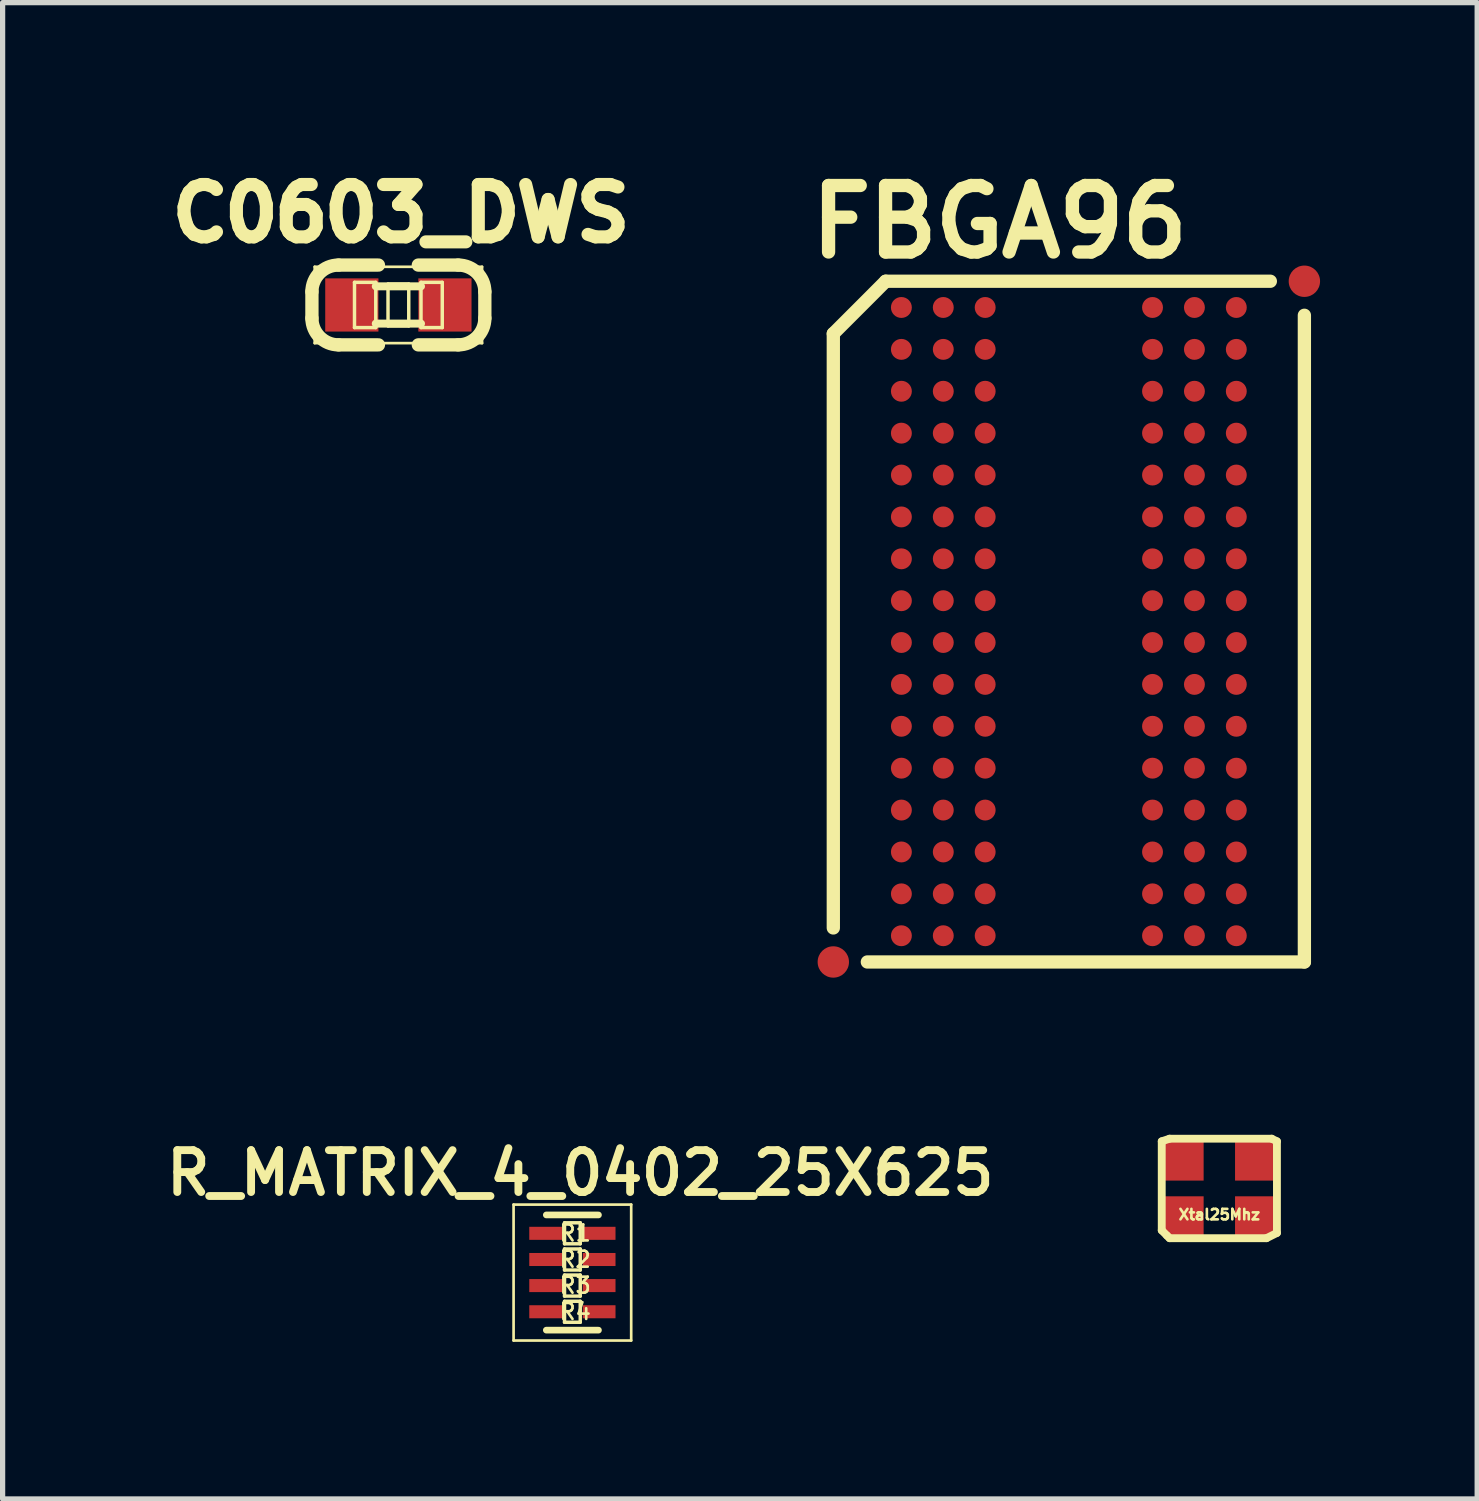
<source format=kicad_pcb>
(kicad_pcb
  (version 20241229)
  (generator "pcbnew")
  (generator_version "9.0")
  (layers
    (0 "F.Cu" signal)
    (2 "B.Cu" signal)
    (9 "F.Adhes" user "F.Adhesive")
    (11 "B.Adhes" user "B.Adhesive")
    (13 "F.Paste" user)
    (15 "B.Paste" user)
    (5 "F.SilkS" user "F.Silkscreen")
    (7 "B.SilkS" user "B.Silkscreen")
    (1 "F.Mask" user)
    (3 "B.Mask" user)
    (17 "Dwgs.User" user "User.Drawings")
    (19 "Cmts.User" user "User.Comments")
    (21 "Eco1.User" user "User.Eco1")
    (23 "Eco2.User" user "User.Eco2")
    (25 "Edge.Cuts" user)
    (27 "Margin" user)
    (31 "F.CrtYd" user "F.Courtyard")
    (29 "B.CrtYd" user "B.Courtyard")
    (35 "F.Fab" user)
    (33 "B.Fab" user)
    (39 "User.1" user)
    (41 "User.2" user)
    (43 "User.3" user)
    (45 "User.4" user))
  (footprint "R_MATRIX_4_0402_25X625"
    (layer "F.Cu")
    (at 7.881 21.252)
    (property "Reference" "R_MATRIX_4_0402_25X625" (at 0.15 -1.9 0) (layer "F.SilkS") (effects (font (size 0.8 0.8) (thickness 0.15))))
    (attr smd)
    (fp_line (start -1.123 -1.298) (end 1.123 -1.298) (stroke (width 0.051) (type solid)) (layer "F.SilkS"))
    (fp_line (start -1.123 1.298) (end -1.123 -1.298) (stroke (width 0.051) (type solid)) (layer "F.SilkS"))
    (fp_line (start -0.498 1.1) (end 0.498 1.1) (stroke (width 0.127) (type solid)) (layer "F.SilkS"))
    (fp_line (start -0.15 -0.95) (end 0.15 -0.95) (stroke (width 0.066) (type solid)) (layer "F.SilkS"))
    (fp_line (start -0.15 -0.549) (end -0.15 -0.95) (stroke (width 0.066) (type solid)) (layer "F.SilkS"))
    (fp_line (start -0.15 -0.549) (end 0.15 -0.549) (stroke (width 0.066) (type solid)) (layer "F.SilkS"))
    (fp_line (start -0.15 -0.45) (end 0.15 -0.45) (stroke (width 0.066) (type solid)) (layer "F.SilkS"))
    (fp_line (start -0.15 -0.048) (end -0.15 -0.45) (stroke (width 0.066) (type solid)) (layer "F.SilkS"))
    (fp_line (start -0.15 -0.048) (end 0.15 -0.048) (stroke (width 0.066) (type solid)) (layer "F.SilkS"))
    (fp_line (start -0.15 0.048) (end 0.15 0.048) (stroke (width 0.066) (type solid)) (layer "F.SilkS"))
    (fp_line (start -0.15 0.45) (end -0.15 0.048) (stroke (width 0.066) (type solid)) (layer "F.SilkS"))
    (fp_line (start -0.15 0.45) (end 0.15 0.45) (stroke (width 0.066) (type solid)) (layer "F.SilkS"))
    (fp_line (start -0.15 0.549) (end 0.15 0.549) (stroke (width 0.066) (type solid)) (layer "F.SilkS"))
    (fp_line (start -0.15 0.95) (end -0.15 0.549) (stroke (width 0.066) (type solid)) (layer "F.SilkS"))
    (fp_line (start -0.15 0.95) (end 0.15 0.95) (stroke (width 0.066) (type solid)) (layer "F.SilkS"))
    (fp_line (start 0.15 -0.549) (end 0.15 -0.95) (stroke (width 0.066) (type solid)) (layer "F.SilkS"))
    (fp_line (start 0.15 -0.048) (end 0.15 -0.45) (stroke (width 0.066) (type solid)) (layer "F.SilkS"))
    (fp_line (start 0.15 0.45) (end 0.15 0.048) (stroke (width 0.066) (type solid)) (layer "F.SilkS"))
    (fp_line (start 0.15 0.95) (end 0.15 0.549) (stroke (width 0.066) (type solid)) (layer "F.SilkS"))
    (fp_line (start 0.498 -1.1) (end -0.498 -1.1) (stroke (width 0.127) (type solid)) (layer "F.SilkS"))
    (fp_line (start 1.123 -1.298) (end 1.123 1.298) (stroke (width 0.051) (type solid)) (layer "F.SilkS"))
    (fp_line (start 1.123 1.298) (end -1.123 1.298) (stroke (width 0.051) (type solid)) (layer "F.SilkS"))
    (fp_text user "R2" (at 0.053 -0.251 0) (layer "F.SilkS") (effects (font (size 0.305 0.305) (thickness 0.051))))
    (fp_text user "R1" (at 0.053 -0.752 0) (layer "F.SilkS") (effects (font (size 0.305 0.305) (thickness 0.051))))
    (fp_text user "R4" (at 0.053 0.747 0) (layer "F.SilkS") (effects (font (size 0.305 0.305) (thickness 0.051))))
    (fp_text user "R3" (at 0.053 0.246 0) (layer "F.SilkS") (effects (font (size 0.305 0.305) (thickness 0.051))))
    (pad "1.1" smd rect (at -0.511 -0.749) (size 0.625 0.249) (layers "F.Cu" "F.Mask" "F.Paste"))
    (pad "1.2" smd rect (at 0.511 -0.749) (size 0.625 0.249) (layers "F.Cu" "F.Mask" "F.Paste"))
    (pad "2.1" smd rect (at -0.511 -0.249) (size 0.625 0.249) (layers "F.Cu" "F.Mask" "F.Paste"))
    (pad "2.2" smd rect (at 0.511 -0.249) (size 0.625 0.249) (layers "F.Cu" "F.Mask" "F.Paste"))
    (pad "3.1" smd rect (at -0.511 0.249 180) (size 0.625 0.249) (layers "F.Cu" "F.Mask" "F.Paste"))
    (pad "3.2" smd rect (at 0.511 0.249 180) (size 0.625 0.249) (layers "F.Cu" "F.Mask" "F.Paste"))
    (pad "4.1" smd rect (at -0.511 0.749 180) (size 0.625 0.249) (layers "F.Cu" "F.Mask" "F.Paste"))
    (pad "4.2" smd rect (at 0.511 0.749 180) (size 0.625 0.249) (layers "F.Cu" "F.Mask" "F.Paste")))
  (footprint "Xtal25Mhz"
    (layer "F.Cu")
    (at 20.236 19.646)
    (property "Reference" "Xtal25Mhz" (at 0 0.5 0) (layer "F.SilkS") (effects (font (size 0.2 0.2) (thickness 0.05))))
    (attr through_hole)
    (fp_line (start -1.1 -0.9) (end -1.1 0.8) (stroke (width 0.15) (type solid)) (layer "F.SilkS"))
    (fp_line (start -1.1 0.8) (end -1 0.9) (stroke (width 0.15) (type solid)) (layer "F.SilkS"))
    (fp_line (start -1 0.9) (end -0.95 0.95) (stroke (width 0.15) (type solid)) (layer "F.SilkS"))
    (fp_line (start -0.95 -0.95) (end -1.1 -0.9) (stroke (width 0.15) (type solid)) (layer "F.SilkS"))
    (fp_line (start -0.95 0.95) (end 0.9 0.95) (stroke (width 0.15) (type solid)) (layer "F.SilkS"))
    (fp_line (start 0.9 0.95) (end 1.1 0.85) (stroke (width 0.15) (type solid)) (layer "F.SilkS"))
    (fp_line (start 1 -0.95) (end -0.95 -0.95) (stroke (width 0.15) (type solid)) (layer "F.SilkS"))
    (fp_line (start 1.1 -0.9) (end 1 -0.95) (stroke (width 0.15) (type solid)) (layer "F.SilkS"))
    (fp_line (start 1.1 0.85) (end 1.1 -0.9) (stroke (width 0.15) (type solid)) (layer "F.SilkS"))
    (pad "1" smd rect (at -0.675 -0.525) (size 0.75 0.75) (layers "F.Cu" "F.Mask" "F.Paste"))
    (pad "2" smd rect (at 0.675 -0.525) (size 0.75 0.75) (layers "F.Cu" "F.Mask" "F.Paste"))
    (pad "3" smd rect (at 0.675 0.525) (size 0.75 0.75) (layers "F.Cu" "F.Mask" "F.Paste"))
    (pad "4" smd rect (at -0.675 0.525) (size 0.75 0.75) (layers "F.Cu" "F.Mask" "F.Paste")))
  (footprint "C0603_DWS"
    (layer "F.Cu")
    (at 4.558 2.774)
    (property "Reference" "C0603_DWS" (at 0.05 -1.75 0) (layer "F.SilkS") (effects (font (size 1 1) (thickness 0.25))))
    (attr smd)
    (fp_line (start -1.651 -0.254) (end -1.651 0.254) (stroke (width 0.254) (type solid)) (layer "F.SilkS"))
    (fp_line (start -1.598 -0.729) (end 1.598 -0.729) (stroke (width 0.051) (type solid)) (layer "F.SilkS"))
    (fp_line (start -1.598 0.729) (end -1.598 -0.729) (stroke (width 0.051) (type solid)) (layer "F.SilkS"))
    (fp_line (start -1.143 0.762) (end -0.381 0.762) (stroke (width 0.254) (type solid)) (layer "F.SilkS"))
    (fp_line (start -0.838 -0.432) (end -0.432 -0.432) (stroke (width 0.066) (type solid)) (layer "F.SilkS"))
    (fp_line (start -0.838 0.432) (end -0.838 -0.432) (stroke (width 0.066) (type solid)) (layer "F.SilkS"))
    (fp_line (start -0.838 0.432) (end -0.432 0.432) (stroke (width 0.066) (type solid)) (layer "F.SilkS"))
    (fp_line (start -0.432 0.356) (end 0.432 0.356) (stroke (width 0.152) (type solid)) (layer "F.SilkS"))
    (fp_line (start -0.432 0.432) (end -0.432 -0.432) (stroke (width 0.066) (type solid)) (layer "F.SilkS"))
    (fp_line (start -0.381 -0.762) (end -1.143 -0.762) (stroke (width 0.254) (type solid)) (layer "F.SilkS"))
    (fp_line (start -0.198 -0.399) (end 0.198 -0.399) (stroke (width 0.066) (type solid)) (layer "F.SilkS"))
    (fp_line (start -0.198 0.399) (end -0.198 -0.399) (stroke (width 0.066) (type solid)) (layer "F.SilkS"))
    (fp_line (start -0.198 0.399) (end 0.198 0.399) (stroke (width 0.066) (type solid)) (layer "F.SilkS"))
    (fp_line (start 0.198 0.399) (end 0.198 -0.399) (stroke (width 0.066) (type solid)) (layer "F.SilkS"))
    (fp_line (start 0.381 0.762) (end 1.143 0.762) (stroke (width 0.254) (type solid)) (layer "F.SilkS"))
    (fp_line (start 0.432 -0.432) (end 0.838 -0.432) (stroke (width 0.066) (type solid)) (layer "F.SilkS"))
    (fp_line (start 0.432 -0.356) (end -0.432 -0.356) (stroke (width 0.152) (type solid)) (layer "F.SilkS"))
    (fp_line (start 0.432 0.432) (end 0.432 -0.432) (stroke (width 0.066) (type solid)) (layer "F.SilkS"))
    (fp_line (start 0.432 0.432) (end 0.838 0.432) (stroke (width 0.066) (type solid)) (layer "F.SilkS"))
    (fp_line (start 0.838 0.432) (end 0.838 -0.432) (stroke (width 0.066) (type solid)) (layer "F.SilkS"))
    (fp_line (start 1.143 -0.762) (end 0.381 -0.762) (stroke (width 0.254) (type solid)) (layer "F.SilkS"))
    (fp_line (start 1.598 -0.729) (end 1.598 0.729) (stroke (width 0.051) (type solid)) (layer "F.SilkS"))
    (fp_line (start 1.598 0.729) (end -1.598 0.729) (stroke (width 0.051) (type solid)) (layer "F.SilkS"))
    (fp_line (start 1.651 0.254) (end 1.651 -0.254) (stroke (width 0.254) (type solid)) (layer "F.SilkS"))
    (fp_arc (start -1.651 -0.254) (mid -1.50221 -0.61321) (end -1.143 -0.762) (stroke (width 0.254) (type solid)) (layer "F.SilkS"))
    (fp_arc (start -1.143 0.762) (mid -1.50221 0.61321) (end -1.651 0.254) (stroke (width 0.254) (type solid)) (layer "F.SilkS"))
    (fp_arc (start 1.143 -0.762) (mid 1.50221 -0.61321) (end 1.651 -0.254) (stroke (width 0.254) (type solid)) (layer "F.SilkS"))
    (fp_arc (start 1.651 0.254) (mid 1.50221 0.61321) (end 1.143 0.762) (stroke (width 0.254) (type solid)) (layer "F.SilkS"))
    (pad "1" smd rect (at -0.889 0) (size 1.016 1.016) (layers "F.Cu" "F.Mask" "F.Paste"))
    (pad "2" smd rect (at 0.889 0) (size 1.016 1.016) (layers "F.Cu" "F.Mask" "F.Paste")))
  (footprint "FBGA96"
    (layer "F.Cu")
    (at 17.362 8.821)
    (property "Reference" "FBGA96" (at -1.323 -7.633 0) (layer "F.SilkS") (effects (font (size 1.27 1.27) (thickness 0.254))))
    (attr smd)
    (fp_line (start -4.498 -5.499) (end -4.498 5.85) (stroke (width 0.254) (type solid)) (layer "F.SilkS"))
    (fp_line (start -3.848 6.5) (end 4.498 6.5) (stroke (width 0.254) (type solid)) (layer "F.SilkS"))
    (fp_line (start -3.498 -6.5) (end -4.498 -5.499) (stroke (width 0.254) (type solid)) (layer "F.SilkS"))
    (fp_line (start 3.848 -6.5) (end -3.498 -6.5) (stroke (width 0.254) (type solid)) (layer "F.SilkS"))
    (fp_line (start 4.498 6.5) (end 4.498 -5.85) (stroke (width 0.254) (type solid)) (layer "F.SilkS"))
    (pad "A1" smd circle (at -3.198 -5.999) (size 0.399 0.399) (layers "F.Cu" "F.Mask" "F.Paste"))
    (pad "A2" smd circle (at -2.398 -5.999) (size 0.399 0.399) (layers "F.Cu" "F.Mask" "F.Paste"))
    (pad "A3" smd circle (at -1.598 -5.999) (size 0.399 0.399) (layers "F.Cu" "F.Mask" "F.Paste"))
    (pad "A7" smd circle (at 1.598 -5.999) (size 0.399 0.399) (layers "F.Cu" "F.Mask" "F.Paste"))
    (pad "A8" smd circle (at 2.398 -5.999) (size 0.399 0.399) (layers "F.Cu" "F.Mask" "F.Paste"))
    (pad "A9" smd circle (at 3.198 -5.999) (size 0.399 0.399) (layers "F.Cu" "F.Mask" "F.Paste"))
    (pad "B1" smd circle (at -3.198 -5.199) (size 0.399 0.399) (layers "F.Cu" "F.Mask" "F.Paste"))
    (pad "B2" smd circle (at -2.398 -5.199) (size 0.399 0.399) (layers "F.Cu" "F.Mask" "F.Paste"))
    (pad "B3" smd circle (at -1.598 -5.199) (size 0.399 0.399) (layers "F.Cu" "F.Mask" "F.Paste"))
    (pad "B7" smd circle (at 1.598 -5.199) (size 0.399 0.399) (layers "F.Cu" "F.Mask" "F.Paste"))
    (pad "B8" smd circle (at 2.398 -5.199) (size 0.399 0.399) (layers "F.Cu" "F.Mask" "F.Paste"))
    (pad "B9" smd circle (at 3.198 -5.199) (size 0.399 0.399) (layers "F.Cu" "F.Mask" "F.Paste"))
    (pad "C1" smd circle (at -3.198 -4.399) (size 0.399 0.399) (layers "F.Cu" "F.Mask" "F.Paste"))
    (pad "C2" smd circle (at -2.398 -4.399) (size 0.399 0.399) (layers "F.Cu" "F.Mask" "F.Paste"))
    (pad "C3" smd circle (at -1.598 -4.399) (size 0.399 0.399) (layers "F.Cu" "F.Mask" "F.Paste"))
    (pad "C7" smd circle (at 1.598 -4.399) (size 0.399 0.399) (layers "F.Cu" "F.Mask" "F.Paste"))
    (pad "C8" smd circle (at 2.398 -4.399) (size 0.399 0.399) (layers "F.Cu" "F.Mask" "F.Paste"))
    (pad "C9" smd circle (at 3.198 -4.399) (size 0.399 0.399) (layers "F.Cu" "F.Mask" "F.Paste"))
    (pad "D1" smd circle (at -3.198 -3.599) (size 0.399 0.399) (layers "F.Cu" "F.Mask" "F.Paste"))
    (pad "D2" smd circle (at -2.398 -3.599) (size 0.399 0.399) (layers "F.Cu" "F.Mask" "F.Paste"))
    (pad "D3" smd circle (at -1.598 -3.599) (size 0.399 0.399) (layers "F.Cu" "F.Mask" "F.Paste"))
    (pad "D7" smd circle (at 1.598 -3.599) (size 0.399 0.399) (layers "F.Cu" "F.Mask" "F.Paste"))
    (pad "D8" smd circle (at 2.398 -3.599) (size 0.399 0.399) (layers "F.Cu" "F.Mask" "F.Paste"))
    (pad "D9" smd circle (at 3.198 -3.599) (size 0.399 0.399) (layers "F.Cu" "F.Mask" "F.Paste"))
    (pad "E1" smd circle (at -3.198 -2.799) (size 0.399 0.399) (layers "F.Cu" "F.Mask" "F.Paste"))
    (pad "E2" smd circle (at -2.398 -2.799) (size 0.399 0.399) (layers "F.Cu" "F.Mask" "F.Paste"))
    (pad "E3" smd circle (at -1.598 -2.799) (size 0.399 0.399) (layers "F.Cu" "F.Mask" "F.Paste"))
    (pad "E7" smd circle (at 1.598 -2.799) (size 0.399 0.399) (layers "F.Cu" "F.Mask" "F.Paste"))
    (pad "E8" smd circle (at 2.398 -2.799) (size 0.399 0.399) (layers "F.Cu" "F.Mask" "F.Paste"))
    (pad "E9" smd circle (at 3.198 -2.799) (size 0.399 0.399) (layers "F.Cu" "F.Mask" "F.Paste"))
    (pad "F1" smd circle (at -3.198 -1.999) (size 0.399 0.399) (layers "F.Cu" "F.Mask" "F.Paste"))
    (pad "F2" smd circle (at -2.398 -1.999) (size 0.399 0.399) (layers "F.Cu" "F.Mask" "F.Paste"))
    (pad "F3" smd circle (at -1.598 -1.999) (size 0.399 0.399) (layers "F.Cu" "F.Mask" "F.Paste"))
    (pad "F7" smd circle (at 1.598 -1.999) (size 0.399 0.399) (layers "F.Cu" "F.Mask" "F.Paste"))
    (pad "F8" smd circle (at 2.398 -1.999) (size 0.399 0.399) (layers "F.Cu" "F.Mask" "F.Paste"))
    (pad "F9" smd circle (at 3.198 -1.999) (size 0.399 0.399) (layers "F.Cu" "F.Mask" "F.Paste"))
    (pad "FID1" smd circle (at -4.498 6.5) (size 0.599 0.599) (layers "F.Cu" "F.Mask" "F.Paste"))
    (pad "FID2" smd circle (at 4.498 -6.5) (size 0.599 0.599) (layers "F.Cu" "F.Mask" "F.Paste"))
    (pad "G1" smd circle (at -3.198 -1.199) (size 0.399 0.399) (layers "F.Cu" "F.Mask" "F.Paste"))
    (pad "G2" smd circle (at -2.398 -1.199) (size 0.399 0.399) (layers "F.Cu" "F.Mask" "F.Paste"))
    (pad "G3" smd circle (at -1.598 -1.199) (size 0.399 0.399) (layers "F.Cu" "F.Mask" "F.Paste"))
    (pad "G7" smd circle (at 1.598 -1.199) (size 0.399 0.399) (layers "F.Cu" "F.Mask" "F.Paste"))
    (pad "G8" smd circle (at 2.398 -1.199) (size 0.399 0.399) (layers "F.Cu" "F.Mask" "F.Paste"))
    (pad "G9" smd circle (at 3.198 -1.199) (size 0.399 0.399) (layers "F.Cu" "F.Mask" "F.Paste"))
    (pad "H1" smd circle (at -3.198 -0.399) (size 0.399 0.399) (layers "F.Cu" "F.Mask" "F.Paste"))
    (pad "H2" smd circle (at -2.398 -0.399) (size 0.399 0.399) (layers "F.Cu" "F.Mask" "F.Paste"))
    (pad "H3" smd circle (at -1.598 -0.399) (size 0.399 0.399) (layers "F.Cu" "F.Mask" "F.Paste"))
    (pad "H7" smd circle (at 1.598 -0.399) (size 0.399 0.399) (layers "F.Cu" "F.Mask" "F.Paste"))
    (pad "H8" smd circle (at 2.398 -0.399) (size 0.399 0.399) (layers "F.Cu" "F.Mask" "F.Paste"))
    (pad "H9" smd circle (at 3.198 -0.399) (size 0.399 0.399) (layers "F.Cu" "F.Mask" "F.Paste"))
    (pad "J1" smd circle (at -3.198 0.399) (size 0.399 0.399) (layers "F.Cu" "F.Mask" "F.Paste"))
    (pad "J2" smd circle (at -2.398 0.399) (size 0.399 0.399) (layers "F.Cu" "F.Mask" "F.Paste"))
    (pad "J3" smd circle (at -1.598 0.399) (size 0.399 0.399) (layers "F.Cu" "F.Mask" "F.Paste"))
    (pad "J7" smd circle (at 1.598 0.399) (size 0.399 0.399) (layers "F.Cu" "F.Mask" "F.Paste"))
    (pad "J8" smd circle (at 2.398 0.399) (size 0.399 0.399) (layers "F.Cu" "F.Mask" "F.Paste"))
    (pad "J9" smd circle (at 3.198 0.399) (size 0.399 0.399) (layers "F.Cu" "F.Mask" "F.Paste"))
    (pad "K1" smd circle (at -3.198 1.199) (size 0.399 0.399) (layers "F.Cu" "F.Mask" "F.Paste"))
    (pad "K2" smd circle (at -2.398 1.199) (size 0.399 0.399) (layers "F.Cu" "F.Mask" "F.Paste"))
    (pad "K3" smd circle (at -1.598 1.199) (size 0.399 0.399) (layers "F.Cu" "F.Mask" "F.Paste"))
    (pad "K7" smd circle (at 1.598 1.199) (size 0.399 0.399) (layers "F.Cu" "F.Mask" "F.Paste"))
    (pad "K8" smd circle (at 2.398 1.199) (size 0.399 0.399) (layers "F.Cu" "F.Mask" "F.Paste"))
    (pad "K9" smd circle (at 3.198 1.199) (size 0.399 0.399) (layers "F.Cu" "F.Mask" "F.Paste"))
    (pad "L1" smd circle (at -3.198 1.999) (size 0.399 0.399) (layers "F.Cu" "F.Mask" "F.Paste"))
    (pad "L2" smd circle (at -2.398 1.999) (size 0.399 0.399) (layers "F.Cu" "F.Mask" "F.Paste"))
    (pad "L3" smd circle (at -1.598 1.999) (size 0.399 0.399) (layers "F.Cu" "F.Mask" "F.Paste"))
    (pad "L7" smd circle (at 1.598 1.999) (size 0.399 0.399) (layers "F.Cu" "F.Mask" "F.Paste"))
    (pad "L8" smd circle (at 2.398 1.999) (size 0.399 0.399) (layers "F.Cu" "F.Mask" "F.Paste"))
    (pad "L9" smd circle (at 3.198 1.999) (size 0.399 0.399) (layers "F.Cu" "F.Mask" "F.Paste"))
    (pad "M1" smd circle (at -3.198 2.799) (size 0.399 0.399) (layers "F.Cu" "F.Mask" "F.Paste"))
    (pad "M2" smd circle (at -2.398 2.799) (size 0.399 0.399) (layers "F.Cu" "F.Mask" "F.Paste"))
    (pad "M3" smd circle (at -1.598 2.799) (size 0.399 0.399) (layers "F.Cu" "F.Mask" "F.Paste"))
    (pad "M7" smd circle (at 1.598 2.799) (size 0.399 0.399) (layers "F.Cu" "F.Mask" "F.Paste"))
    (pad "M8" smd circle (at 2.398 2.799) (size 0.399 0.399) (layers "F.Cu" "F.Mask" "F.Paste"))
    (pad "M9" smd circle (at 3.198 2.799) (size 0.399 0.399) (layers "F.Cu" "F.Mask" "F.Paste"))
    (pad "N1" smd circle (at -3.198 3.599) (size 0.399 0.399) (layers "F.Cu" "F.Mask" "F.Paste"))
    (pad "N2" smd circle (at -2.398 3.599) (size 0.399 0.399) (layers "F.Cu" "F.Mask" "F.Paste"))
    (pad "N3" smd circle (at -1.598 3.599) (size 0.399 0.399) (layers "F.Cu" "F.Mask" "F.Paste"))
    (pad "N7" smd circle (at 1.598 3.599) (size 0.399 0.399) (layers "F.Cu" "F.Mask" "F.Paste"))
    (pad "N8" smd circle (at 2.398 3.599) (size 0.399 0.399) (layers "F.Cu" "F.Mask" "F.Paste"))
    (pad "N9" smd circle (at 3.198 3.599) (size 0.399 0.399) (layers "F.Cu" "F.Mask" "F.Paste"))
    (pad "P1" smd circle (at -3.198 4.399) (size 0.399 0.399) (layers "F.Cu" "F.Mask" "F.Paste"))
    (pad "P2" smd circle (at -2.398 4.399) (size 0.399 0.399) (layers "F.Cu" "F.Mask" "F.Paste"))
    (pad "P3" smd circle (at -1.598 4.399) (size 0.399 0.399) (layers "F.Cu" "F.Mask" "F.Paste"))
    (pad "P7" smd circle (at 1.598 4.399) (size 0.399 0.399) (layers "F.Cu" "F.Mask" "F.Paste"))
    (pad "P8" smd circle (at 2.398 4.399) (size 0.399 0.399) (layers "F.Cu" "F.Mask" "F.Paste"))
    (pad "P9" smd circle (at 3.198 4.399) (size 0.399 0.399) (layers "F.Cu" "F.Mask" "F.Paste"))
    (pad "R1" smd circle (at -3.198 5.199) (size 0.399 0.399) (layers "F.Cu" "F.Mask" "F.Paste"))
    (pad "R2" smd circle (at -2.398 5.199) (size 0.399 0.399) (layers "F.Cu" "F.Mask" "F.Paste"))
    (pad "R3" smd circle (at -1.598 5.199) (size 0.399 0.399) (layers "F.Cu" "F.Mask" "F.Paste"))
    (pad "R7" smd circle (at 1.598 5.199) (size 0.399 0.399) (layers "F.Cu" "F.Mask" "F.Paste"))
    (pad "R8" smd circle (at 2.398 5.199) (size 0.399 0.399) (layers "F.Cu" "F.Mask" "F.Paste"))
    (pad "R9" smd circle (at 3.198 5.199) (size 0.399 0.399) (layers "F.Cu" "F.Mask" "F.Paste"))
    (pad "T1" smd circle (at -3.198 5.999) (size 0.399 0.399) (layers "F.Cu" "F.Mask" "F.Paste"))
    (pad "T2" smd circle (at -2.398 5.999) (size 0.399 0.399) (layers "F.Cu" "F.Mask" "F.Paste"))
    (pad "T3" smd circle (at -1.598 5.999) (size 0.399 0.399) (layers "F.Cu" "F.Mask" "F.Paste"))
    (pad "T7" smd circle (at 1.598 5.999) (size 0.399 0.399) (layers "F.Cu" "F.Mask" "F.Paste"))
    (pad "T8" smd circle (at 2.398 5.999) (size 0.399 0.399) (layers "F.Cu" "F.Mask" "F.Paste"))
    (pad "T9" smd circle (at 3.198 5.999) (size 0.399 0.399) (layers "F.Cu" "F.Mask" "F.Paste")))
  (gr_rect
    (start -3 -3)
    (end 25.16 25.576)
    (stroke (width 0.1) (type default))
    (fill no)
    (layer "Edge.Cuts")))
</source>
